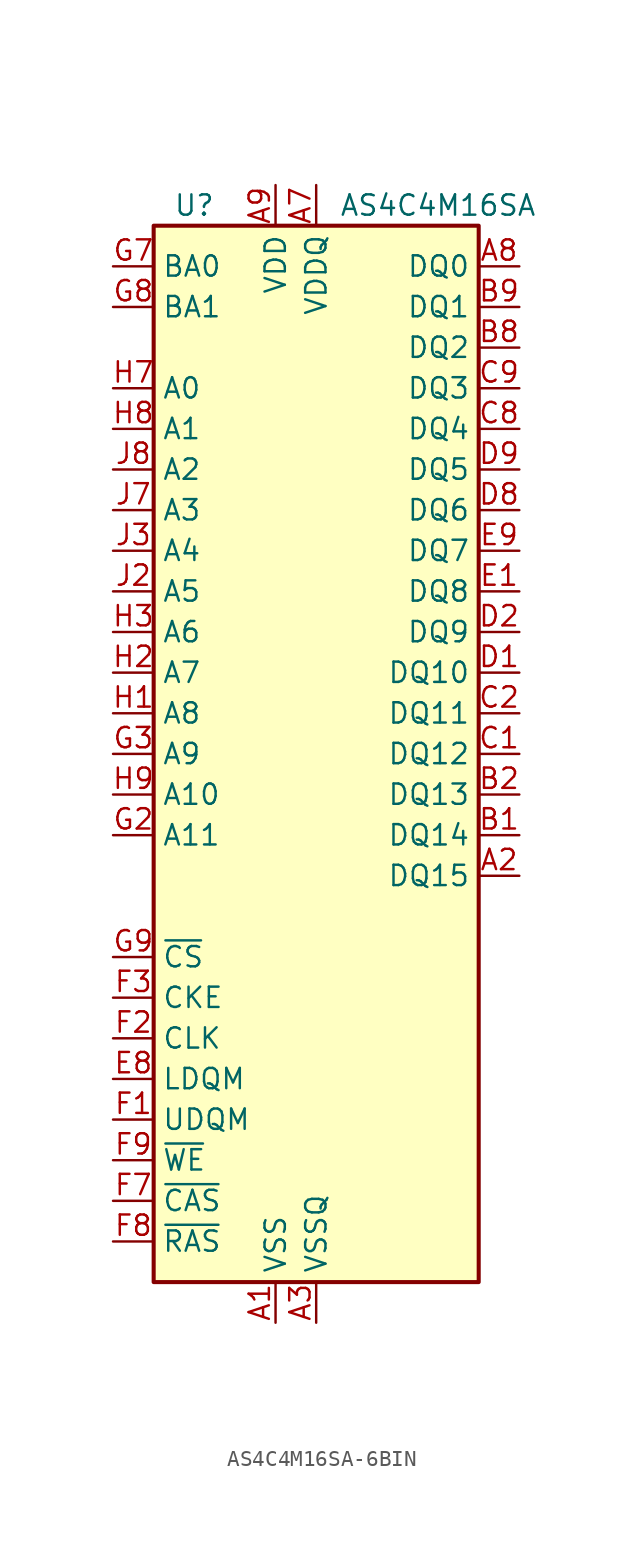
<source format=kicad_sym>
(kicad_symbol_lib
  (version 20231120)
  (generator "kicad_symbol_editor")
  (generator_version "8.0")
  (symbol "AS4C4M16SA-6BIN"
    (property "Reference" "U"
      (at -7.62 34.29 0)
      (effects (font (size 1.27 1.27))))
    (property "Value" "AS4C4M16SA"
      (at 7.62 34.29 0)
      (effects (font (size 1.27 1.27))))
    (symbol "AS4C4M16SA-6BIN_0_1"
      (rectangle (start -10.16 33.02) (end 10.16 -33.02) (stroke (width 0.254) (type default)) (fill (type background))))
    (symbol "AS4C4M16SA-6BIN_1_1"
      (pin power_in line (at -2.54 -35.56 90) (length 2.54) (name "VSS" (effects (font (size 1.27 1.27)))) (number "A1" (effects (font (size 1.27 1.27)))))
      (pin bidirectional line (at 12.7 -7.62 180) (length 2.54) (name "DQ15" (effects (font (size 1.27 1.27)))) (number "A2" (effects (font (size 1.27 1.27)))))
      (pin power_in line (at 0 -35.56 90) (length 2.54) (name "VSSQ" (effects (font (size 1.27 1.27)))) (number "A3" (effects (font (size 1.27 1.27)))))
      (pin power_in line (at 0 35.56 270) (length 2.54) (name "VDDQ" (effects (font (size 1.27 1.27)))) (number "A7" (effects (font (size 1.27 1.27)))))
      (pin bidirectional line (at 12.7 30.48 180) (length 2.54) (name "DQ0" (effects (font (size 1.27 1.27)))) (number "A8" (effects (font (size 1.27 1.27)))))
      (pin power_in line (at -2.54 35.56 270) (length 2.54) (name "VDD" (effects (font (size 1.27 1.27)))) (number "A9" (effects (font (size 1.27 1.27)))))
      (pin bidirectional line (at 12.7 -5.08 180) (length 2.54) (name "DQ14" (effects (font (size 1.27 1.27)))) (number "B1" (effects (font (size 1.27 1.27)))))
      (pin bidirectional line (at 12.7 -2.54 180) (length 2.54) (name "DQ13" (effects (font (size 1.27 1.27)))) (number "B2" (effects (font (size 1.27 1.27)))))
      (pin passive line (at 0 35.56 270) (length 2.54) hide (name "VDDQ" (effects (font (size 1.27 1.27)))) (number "B3" (effects (font (size 1.27 1.27)))))
      (pin passive line (at 0 -35.56 90) (length 2.54) hide (name "VSSQ" (effects (font (size 1.27 1.27)))) (number "B7" (effects (font (size 1.27 1.27)))))
      (pin bidirectional line (at 12.7 25.4 180) (length 2.54) (name "DQ2" (effects (font (size 1.27 1.27)))) (number "B8" (effects (font (size 1.27 1.27)))))
      (pin bidirectional line (at 12.7 27.94 180) (length 2.54) (name "DQ1" (effects (font (size 1.27 1.27)))) (number "B9" (effects (font (size 1.27 1.27)))))
      (pin bidirectional line (at 12.7 0 180) (length 2.54) (name "DQ12" (effects (font (size 1.27 1.27)))) (number "C1" (effects (font (size 1.27 1.27)))))
      (pin bidirectional line (at 12.7 2.54 180) (length 2.54) (name "DQ11" (effects (font (size 1.27 1.27)))) (number "C2" (effects (font (size 1.27 1.27)))))
      (pin passive line (at 0 -35.56 90) (length 2.54) hide (name "VSSQ" (effects (font (size 1.27 1.27)))) (number "C3" (effects (font (size 1.27 1.27)))))
      (pin passive line (at 0 35.56 270) (length 2.54) hide (name "VDDQ" (effects (font (size 1.27 1.27)))) (number "C7" (effects (font (size 1.27 1.27)))))
      (pin bidirectional line (at 12.7 20.32 180) (length 2.54) (name "DQ4" (effects (font (size 1.27 1.27)))) (number "C8" (effects (font (size 1.27 1.27)))))
      (pin bidirectional line (at 12.7 22.86 180) (length 2.54) (name "DQ3" (effects (font (size 1.27 1.27)))) (number "C9" (effects (font (size 1.27 1.27)))))
      (pin bidirectional line (at 12.7 5.08 180) (length 2.54) (name "DQ10" (effects (font (size 1.27 1.27)))) (number "D1" (effects (font (size 1.27 1.27)))))
      (pin bidirectional line (at 12.7 7.62 180) (length 2.54) (name "DQ9" (effects (font (size 1.27 1.27)))) (number "D2" (effects (font (size 1.27 1.27)))))
      (pin passive line (at 0 35.56 270) (length 2.54) hide (name "VDDQ" (effects (font (size 1.27 1.27)))) (number "D3" (effects (font (size 1.27 1.27)))))
      (pin passive line (at 0 -35.56 90) (length 2.54) hide (name "VSSQ" (effects (font (size 1.27 1.27)))) (number "D7" (effects (font (size 1.27 1.27)))))
      (pin bidirectional line (at 12.7 15.24 180) (length 2.54) (name "DQ6" (effects (font (size 1.27 1.27)))) (number "D8" (effects (font (size 1.27 1.27)))))
      (pin bidirectional line (at 12.7 17.78 180) (length 2.54) (name "DQ5" (effects (font (size 1.27 1.27)))) (number "D9" (effects (font (size 1.27 1.27)))))
      (pin bidirectional line (at 12.7 10.16 180) (length 2.54) (name "DQ8" (effects (font (size 1.27 1.27)))) (number "E1" (effects (font (size 1.27 1.27)))))
      (pin no_connect line (at 10.16 -17.78 180) (length 2.54) hide (name "NC" (effects (font (size 1.27 1.27)))) (number "E2" (effects (font (size 1.27 1.27)))))
      (pin passive line (at -2.54 -35.56 90) (length 2.54) hide (name "VSS" (effects (font (size 1.27 1.27)))) (number "E3" (effects (font (size 1.27 1.27)))))
      (pin passive line (at -2.54 35.56 270) (length 2.54) hide (name "VDD" (effects (font (size 1.27 1.27)))) (number "E7" (effects (font (size 1.27 1.27)))))
      (pin input line (at -12.7 -20.32 0) (length 2.54) (name "LDQM" (effects (font (size 1.27 1.27)))) (number "E8" (effects (font (size 1.27 1.27)))))
      (pin bidirectional line (at 12.7 12.7 180) (length 2.54) (name "DQ7" (effects (font (size 1.27 1.27)))) (number "E9" (effects (font (size 1.27 1.27)))))
      (pin input line (at -12.7 -22.86 0) (length 2.54) (name "UDQM" (effects (font (size 1.27 1.27)))) (number "F1" (effects (font (size 1.27 1.27)))))
      (pin input line (at -12.7 -17.78 0) (length 2.54) (name "CLK" (effects (font (size 1.27 1.27)))) (number "F2" (effects (font (size 1.27 1.27)))))
      (pin input line (at -12.7 -15.24 0) (length 2.54) (name "CKE" (effects (font (size 1.27 1.27)))) (number "F3" (effects (font (size 1.27 1.27)))))
      (pin input line (at -12.7 -27.94 0) (length 2.54) (name "~{CAS}" (effects (font (size 1.27 1.27)))) (number "F7" (effects (font (size 1.27 1.27)))))
      (pin input line (at -12.7 -30.48 0) (length 2.54) (name "~{RAS}" (effects (font (size 1.27 1.27)))) (number "F8" (effects (font (size 1.27 1.27)))))
      (pin input line (at -12.7 -25.4 0) (length 2.54) (name "~{WE}" (effects (font (size 1.27 1.27)))) (number "F9" (effects (font (size 1.27 1.27)))))
      (pin no_connect line (at 10.16 -17.78 180) (length 2.54) hide (name "NC" (effects (font (size 1.27 1.27)))) (number "G1" (effects (font (size 1.27 1.27)))))
      (pin input line (at -12.7 -5.08 0) (length 2.54) (name "A11" (effects (font (size 1.27 1.27)))) (number "G2" (effects (font (size 1.27 1.27)))))
      (pin input line (at -12.7 0 0) (length 2.54) (name "A9" (effects (font (size 1.27 1.27)))) (number "G3" (effects (font (size 1.27 1.27)))))
      (pin input line (at -12.7 30.48 0) (length 2.54) (name "BA0" (effects (font (size 1.27 1.27)))) (number "G7" (effects (font (size 1.27 1.27)))))
      (pin input line (at -12.7 27.94 0) (length 2.54) (name "BA1" (effects (font (size 1.27 1.27)))) (number "G8" (effects (font (size 1.27 1.27)))))
      (pin input line (at -12.7 -12.7 0) (length 2.54) (name "~{CS}" (effects (font (size 1.27 1.27)))) (number "G9" (effects (font (size 1.27 1.27)))))
      (pin input line (at -12.7 2.54 0) (length 2.54) (name "A8" (effects (font (size 1.27 1.27)))) (number "H1" (effects (font (size 1.27 1.27)))))
      (pin input line (at -12.7 5.08 0) (length 2.54) (name "A7" (effects (font (size 1.27 1.27)))) (number "H2" (effects (font (size 1.27 1.27)))))
      (pin input line (at -12.7 7.62 0) (length 2.54) (name "A6" (effects (font (size 1.27 1.27)))) (number "H3" (effects (font (size 1.27 1.27)))))
      (pin input line (at -12.7 22.86 0) (length 2.54) (name "A0" (effects (font (size 1.27 1.27)))) (number "H7" (effects (font (size 1.27 1.27)))))
      (pin input line (at -12.7 20.32 0) (length 2.54) (name "A1" (effects (font (size 1.27 1.27)))) (number "H8" (effects (font (size 1.27 1.27)))))
      (pin input line (at -12.7 -2.54 0) (length 2.54) (name "A10" (effects (font (size 1.27 1.27)))) (number "H9" (effects (font (size 1.27 1.27)))))
      (pin passive line (at -2.54 -35.56 90) (length 2.54) hide (name "VSS" (effects (font (size 1.27 1.27)))) (number "J1" (effects (font (size 1.27 1.27)))))
      (pin input line (at -12.7 10.16 0) (length 2.54) (name "A5" (effects (font (size 1.27 1.27)))) (number "J2" (effects (font (size 1.27 1.27)))))
      (pin input line (at -12.7 12.7 0) (length 2.54) (name "A4" (effects (font (size 1.27 1.27)))) (number "J3" (effects (font (size 1.27 1.27)))))
      (pin input line (at -12.7 15.24 0) (length 2.54) (name "A3" (effects (font (size 1.27 1.27)))) (number "J7" (effects (font (size 1.27 1.27)))))
      (pin input line (at -12.7 17.78 0) (length 2.54) (name "A2" (effects (font (size 1.27 1.27)))) (number "J8" (effects (font (size 1.27 1.27)))))
      (pin passive line (at -2.54 35.56 270) (length 2.54) hide (name "VDD" (effects (font (size 1.27 1.27)))) (number "J9" (effects (font (size 1.27 1.27))))))))
</source>
